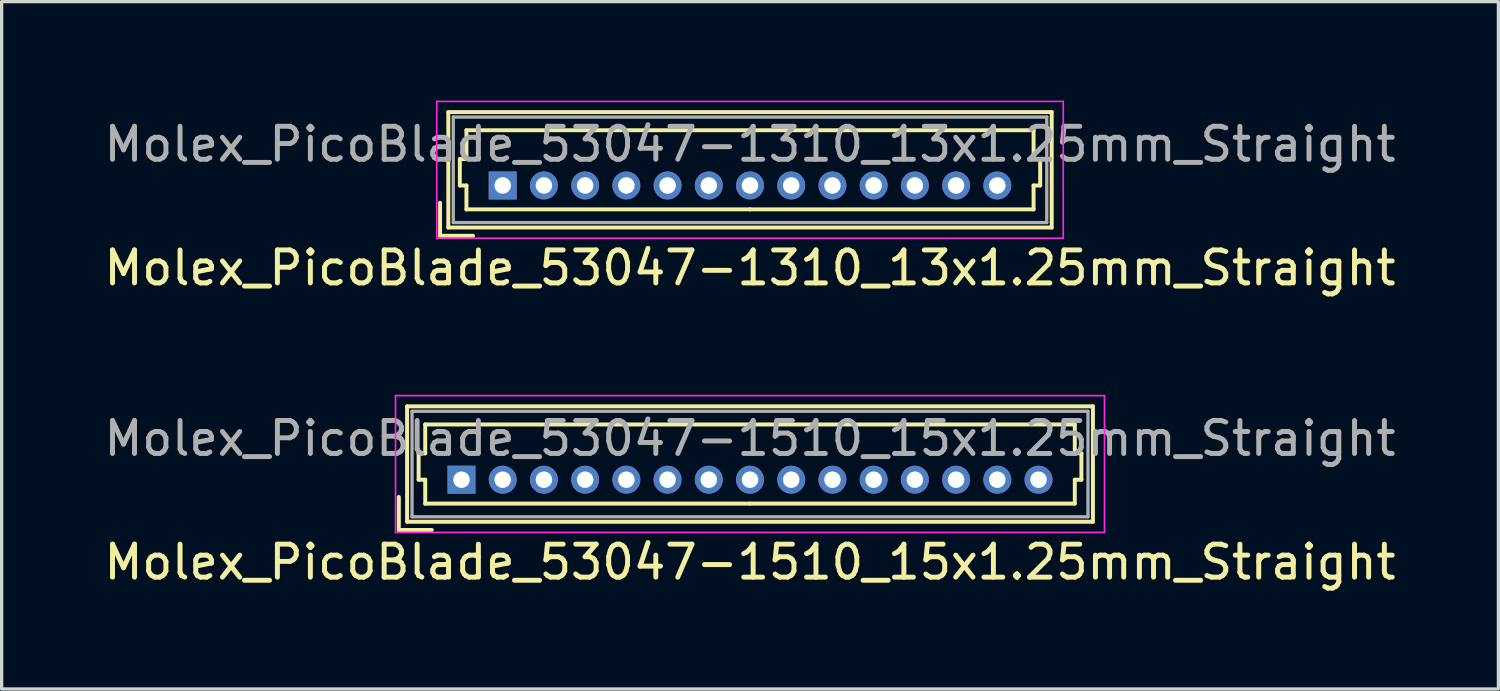
<source format=kicad_pcb>
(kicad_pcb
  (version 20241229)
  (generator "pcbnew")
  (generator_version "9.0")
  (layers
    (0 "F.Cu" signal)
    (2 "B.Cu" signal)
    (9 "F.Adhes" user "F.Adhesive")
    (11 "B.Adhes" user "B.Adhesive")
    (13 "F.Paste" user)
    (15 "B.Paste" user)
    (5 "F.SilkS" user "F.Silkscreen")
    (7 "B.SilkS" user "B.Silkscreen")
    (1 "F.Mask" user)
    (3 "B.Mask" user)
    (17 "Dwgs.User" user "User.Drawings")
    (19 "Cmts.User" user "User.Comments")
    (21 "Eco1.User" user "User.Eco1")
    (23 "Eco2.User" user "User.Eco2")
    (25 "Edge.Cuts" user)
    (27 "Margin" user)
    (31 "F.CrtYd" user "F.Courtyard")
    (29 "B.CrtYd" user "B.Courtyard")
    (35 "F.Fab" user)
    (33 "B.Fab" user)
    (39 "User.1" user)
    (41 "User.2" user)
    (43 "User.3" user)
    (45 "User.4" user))
  (footprint "Molex_PicoBlade_53047-1510_15x1.25mm_Straight"
    (layer "F.Cu")
    (at 10.946 11.498)
    (property "Reference" "Molex_PicoBlade_53047-1510_15x1.25mm_Straight" (at 8.75 2.5 0) (layer "F.SilkS") (effects (font (size 1 1) (thickness 0.15))))
    (attr through_hole)
    (fp_line (start -1.9 1.525) (end -1.9 0.525) (stroke (width 0.12) (type solid)) (layer "F.SilkS"))
    (fp_line (start -1.9 1.525) (end -0.9 1.525) (stroke (width 0.12) (type solid)) (layer "F.SilkS"))
    (fp_line (start -1.65 -2.225) (end -1.65 1.275) (stroke (width 0.12) (type solid)) (layer "F.SilkS"))
    (fp_line (start -1.65 1.275) (end 19.15 1.275) (stroke (width 0.12) (type solid)) (layer "F.SilkS"))
    (fp_line (start -1.3 -0.8) (end -1.1 -0.8) (stroke (width 0.12) (type solid)) (layer "F.SilkS"))
    (fp_line (start -1.3 0) (end -1.3 -0.8) (stroke (width 0.12) (type solid)) (layer "F.SilkS"))
    (fp_line (start -1.1 -1.675) (end 8.75 -1.675) (stroke (width 0.12) (type solid)) (layer "F.SilkS"))
    (fp_line (start -1.1 -0.8) (end -1.1 -1.675) (stroke (width 0.12) (type solid)) (layer "F.SilkS"))
    (fp_line (start -1.1 0) (end -1.3 0) (stroke (width 0.12) (type solid)) (layer "F.SilkS"))
    (fp_line (start -1.1 0.725) (end -1.1 0) (stroke (width 0.12) (type solid)) (layer "F.SilkS"))
    (fp_line (start 8.75 0.725) (end -1.1 0.725) (stroke (width 0.12) (type solid)) (layer "F.SilkS"))
    (fp_line (start 8.75 0.725) (end 18.6 0.725) (stroke (width 0.12) (type solid)) (layer "F.SilkS"))
    (fp_line (start 18.6 -1.675) (end 8.75 -1.675) (stroke (width 0.12) (type solid)) (layer "F.SilkS"))
    (fp_line (start 18.6 -0.8) (end 18.6 -1.675) (stroke (width 0.12) (type solid)) (layer "F.SilkS"))
    (fp_line (start 18.6 0) (end 18.8 0) (stroke (width 0.12) (type solid)) (layer "F.SilkS"))
    (fp_line (start 18.6 0.725) (end 18.6 0) (stroke (width 0.12) (type solid)) (layer "F.SilkS"))
    (fp_line (start 18.8 -0.8) (end 18.6 -0.8) (stroke (width 0.12) (type solid)) (layer "F.SilkS"))
    (fp_line (start 18.8 0) (end 18.8 -0.8) (stroke (width 0.12) (type solid)) (layer "F.SilkS"))
    (fp_line (start 19.15 -2.225) (end -1.65 -2.225) (stroke (width 0.12) (type solid)) (layer "F.SilkS"))
    (fp_line (start 19.15 1.275) (end 19.15 -2.225) (stroke (width 0.12) (type solid)) (layer "F.SilkS"))
    (fp_line (start -2 -2.55) (end -2 1.6) (stroke (width 0.05) (type solid)) (layer "F.CrtYd"))
    (fp_line (start -2 1.6) (end 19.5 1.6) (stroke (width 0.05) (type solid)) (layer "F.CrtYd"))
    (fp_line (start 19.5 -2.55) (end -2 -2.55) (stroke (width 0.05) (type solid)) (layer "F.CrtYd"))
    (fp_line (start 19.5 1.6) (end 19.5 -2.55) (stroke (width 0.05) (type solid)) (layer "F.CrtYd"))
    (fp_line (start -1.5 -2.075) (end -1.5 1.125) (stroke (width 0.1) (type solid)) (layer "F.Fab"))
    (fp_line (start -1.5 1.125) (end 19 1.125) (stroke (width 0.1) (type solid)) (layer "F.Fab"))
    (fp_line (start 19 -2.075) (end -1.5 -2.075) (stroke (width 0.1) (type solid)) (layer "F.Fab"))
    (fp_line (start 19 1.125) (end 19 -2.075) (stroke (width 0.1) (type solid)) (layer "F.Fab"))
    (fp_text user "${REFERENCE}" (at 8.75 -1.25 0) (layer "F.Fab") (effects (font (size 1 1) (thickness 0.15))))
    (pad "1" thru_hole rect (at 0 0) (size 0.85 0.85) (drill 0.5) (layers "*.Cu" "*.Mask"))
    (pad "2" thru_hole circle (at 1.25 0) (size 0.85 0.85) (drill 0.5) (layers "*.Cu" "*.Mask"))
    (pad "3" thru_hole circle (at 2.5 0) (size 0.85 0.85) (drill 0.5) (layers "*.Cu" "*.Mask"))
    (pad "4" thru_hole circle (at 3.75 0) (size 0.85 0.85) (drill 0.5) (layers "*.Cu" "*.Mask"))
    (pad "5" thru_hole circle (at 5 0) (size 0.85 0.85) (drill 0.5) (layers "*.Cu" "*.Mask"))
    (pad "6" thru_hole circle (at 6.25 0) (size 0.85 0.85) (drill 0.5) (layers "*.Cu" "*.Mask"))
    (pad "7" thru_hole circle (at 7.5 0) (size 0.85 0.85) (drill 0.5) (layers "*.Cu" "*.Mask"))
    (pad "8" thru_hole circle (at 8.75 0) (size 0.85 0.85) (drill 0.5) (layers "*.Cu" "*.Mask"))
    (pad "9" thru_hole circle (at 10 0) (size 0.85 0.85) (drill 0.5) (layers "*.Cu" "*.Mask"))
    (pad "10" thru_hole circle (at 11.25 0) (size 0.85 0.85) (drill 0.5) (layers "*.Cu" "*.Mask"))
    (pad "11" thru_hole circle (at 12.5 0) (size 0.85 0.85) (drill 0.5) (layers "*.Cu" "*.Mask"))
    (pad "12" thru_hole circle (at 13.75 0) (size 0.85 0.85) (drill 0.5) (layers "*.Cu" "*.Mask"))
    (pad "13" thru_hole circle (at 15 0) (size 0.85 0.85) (drill 0.5) (layers "*.Cu" "*.Mask"))
    (pad "14" thru_hole circle (at 16.25 0) (size 0.85 0.85) (drill 0.5) (layers "*.Cu" "*.Mask"))
    (pad "15" thru_hole circle (at 17.5 0) (size 0.85 0.85) (drill 0.5) (layers "*.Cu" "*.Mask")))
  (footprint "Molex_PicoBlade_53047-1310_13x1.25mm_Straight"
    (layer "F.Cu")
    (at 12.196 2.575)
    (property "Reference" "Molex_PicoBlade_53047-1310_13x1.25mm_Straight" (at 7.5 2.5 0) (layer "F.SilkS") (effects (font (size 1 1) (thickness 0.15))))
    (attr through_hole)
    (fp_line (start -1.9 1.525) (end -1.9 0.525) (stroke (width 0.12) (type solid)) (layer "F.SilkS"))
    (fp_line (start -1.9 1.525) (end -0.9 1.525) (stroke (width 0.12) (type solid)) (layer "F.SilkS"))
    (fp_line (start -1.65 -2.225) (end -1.65 1.275) (stroke (width 0.12) (type solid)) (layer "F.SilkS"))
    (fp_line (start -1.65 1.275) (end 16.65 1.275) (stroke (width 0.12) (type solid)) (layer "F.SilkS"))
    (fp_line (start -1.3 -0.8) (end -1.1 -0.8) (stroke (width 0.12) (type solid)) (layer "F.SilkS"))
    (fp_line (start -1.3 0) (end -1.3 -0.8) (stroke (width 0.12) (type solid)) (layer "F.SilkS"))
    (fp_line (start -1.1 -1.675) (end 7.5 -1.675) (stroke (width 0.12) (type solid)) (layer "F.SilkS"))
    (fp_line (start -1.1 -0.8) (end -1.1 -1.675) (stroke (width 0.12) (type solid)) (layer "F.SilkS"))
    (fp_line (start -1.1 0) (end -1.3 0) (stroke (width 0.12) (type solid)) (layer "F.SilkS"))
    (fp_line (start -1.1 0.725) (end -1.1 0) (stroke (width 0.12) (type solid)) (layer "F.SilkS"))
    (fp_line (start 7.5 0.725) (end -1.1 0.725) (stroke (width 0.12) (type solid)) (layer "F.SilkS"))
    (fp_line (start 7.5 0.725) (end 16.1 0.725) (stroke (width 0.12) (type solid)) (layer "F.SilkS"))
    (fp_line (start 16.1 -1.675) (end 7.5 -1.675) (stroke (width 0.12) (type solid)) (layer "F.SilkS"))
    (fp_line (start 16.1 -0.8) (end 16.1 -1.675) (stroke (width 0.12) (type solid)) (layer "F.SilkS"))
    (fp_line (start 16.1 0) (end 16.3 0) (stroke (width 0.12) (type solid)) (layer "F.SilkS"))
    (fp_line (start 16.1 0.725) (end 16.1 0) (stroke (width 0.12) (type solid)) (layer "F.SilkS"))
    (fp_line (start 16.3 -0.8) (end 16.1 -0.8) (stroke (width 0.12) (type solid)) (layer "F.SilkS"))
    (fp_line (start 16.3 0) (end 16.3 -0.8) (stroke (width 0.12) (type solid)) (layer "F.SilkS"))
    (fp_line (start 16.65 -2.225) (end -1.65 -2.225) (stroke (width 0.12) (type solid)) (layer "F.SilkS"))
    (fp_line (start 16.65 1.275) (end 16.65 -2.225) (stroke (width 0.12) (type solid)) (layer "F.SilkS"))
    (fp_line (start -2 -2.55) (end -2 1.6) (stroke (width 0.05) (type solid)) (layer "F.CrtYd"))
    (fp_line (start -2 1.6) (end 17 1.6) (stroke (width 0.05) (type solid)) (layer "F.CrtYd"))
    (fp_line (start 17 -2.55) (end -2 -2.55) (stroke (width 0.05) (type solid)) (layer "F.CrtYd"))
    (fp_line (start 17 1.6) (end 17 -2.55) (stroke (width 0.05) (type solid)) (layer "F.CrtYd"))
    (fp_line (start -1.5 -2.075) (end -1.5 1.125) (stroke (width 0.1) (type solid)) (layer "F.Fab"))
    (fp_line (start -1.5 1.125) (end 16.5 1.125) (stroke (width 0.1) (type solid)) (layer "F.Fab"))
    (fp_line (start 16.5 -2.075) (end -1.5 -2.075) (stroke (width 0.1) (type solid)) (layer "F.Fab"))
    (fp_line (start 16.5 1.125) (end 16.5 -2.075) (stroke (width 0.1) (type solid)) (layer "F.Fab"))
    (fp_text user "${REFERENCE}" (at 7.5 -1.25 0) (layer "F.Fab") (effects (font (size 1 1) (thickness 0.15))))
    (pad "1" thru_hole rect (at 0 0) (size 0.85 0.85) (drill 0.5) (layers "*.Cu" "*.Mask"))
    (pad "2" thru_hole circle (at 1.25 0) (size 0.85 0.85) (drill 0.5) (layers "*.Cu" "*.Mask"))
    (pad "3" thru_hole circle (at 2.5 0) (size 0.85 0.85) (drill 0.5) (layers "*.Cu" "*.Mask"))
    (pad "4" thru_hole circle (at 3.75 0) (size 0.85 0.85) (drill 0.5) (layers "*.Cu" "*.Mask"))
    (pad "5" thru_hole circle (at 5 0) (size 0.85 0.85) (drill 0.5) (layers "*.Cu" "*.Mask"))
    (pad "6" thru_hole circle (at 6.25 0) (size 0.85 0.85) (drill 0.5) (layers "*.Cu" "*.Mask"))
    (pad "7" thru_hole circle (at 7.5 0) (size 0.85 0.85) (drill 0.5) (layers "*.Cu" "*.Mask"))
    (pad "8" thru_hole circle (at 8.75 0) (size 0.85 0.85) (drill 0.5) (layers "*.Cu" "*.Mask"))
    (pad "9" thru_hole circle (at 10 0) (size 0.85 0.85) (drill 0.5) (layers "*.Cu" "*.Mask"))
    (pad "10" thru_hole circle (at 11.25 0) (size 0.85 0.85) (drill 0.5) (layers "*.Cu" "*.Mask"))
    (pad "11" thru_hole circle (at 12.5 0) (size 0.85 0.85) (drill 0.5) (layers "*.Cu" "*.Mask"))
    (pad "12" thru_hole circle (at 13.75 0) (size 0.85 0.85) (drill 0.5) (layers "*.Cu" "*.Mask"))
    (pad "13" thru_hole circle (at 15 0) (size 0.85 0.85) (drill 0.5) (layers "*.Cu" "*.Mask")))
  (gr_rect
    (start -3 -3)
    (end 42.393 17.846)
    (stroke (width 0.1) (type default))
    (fill no)
    (layer "Edge.Cuts")))
</source>
